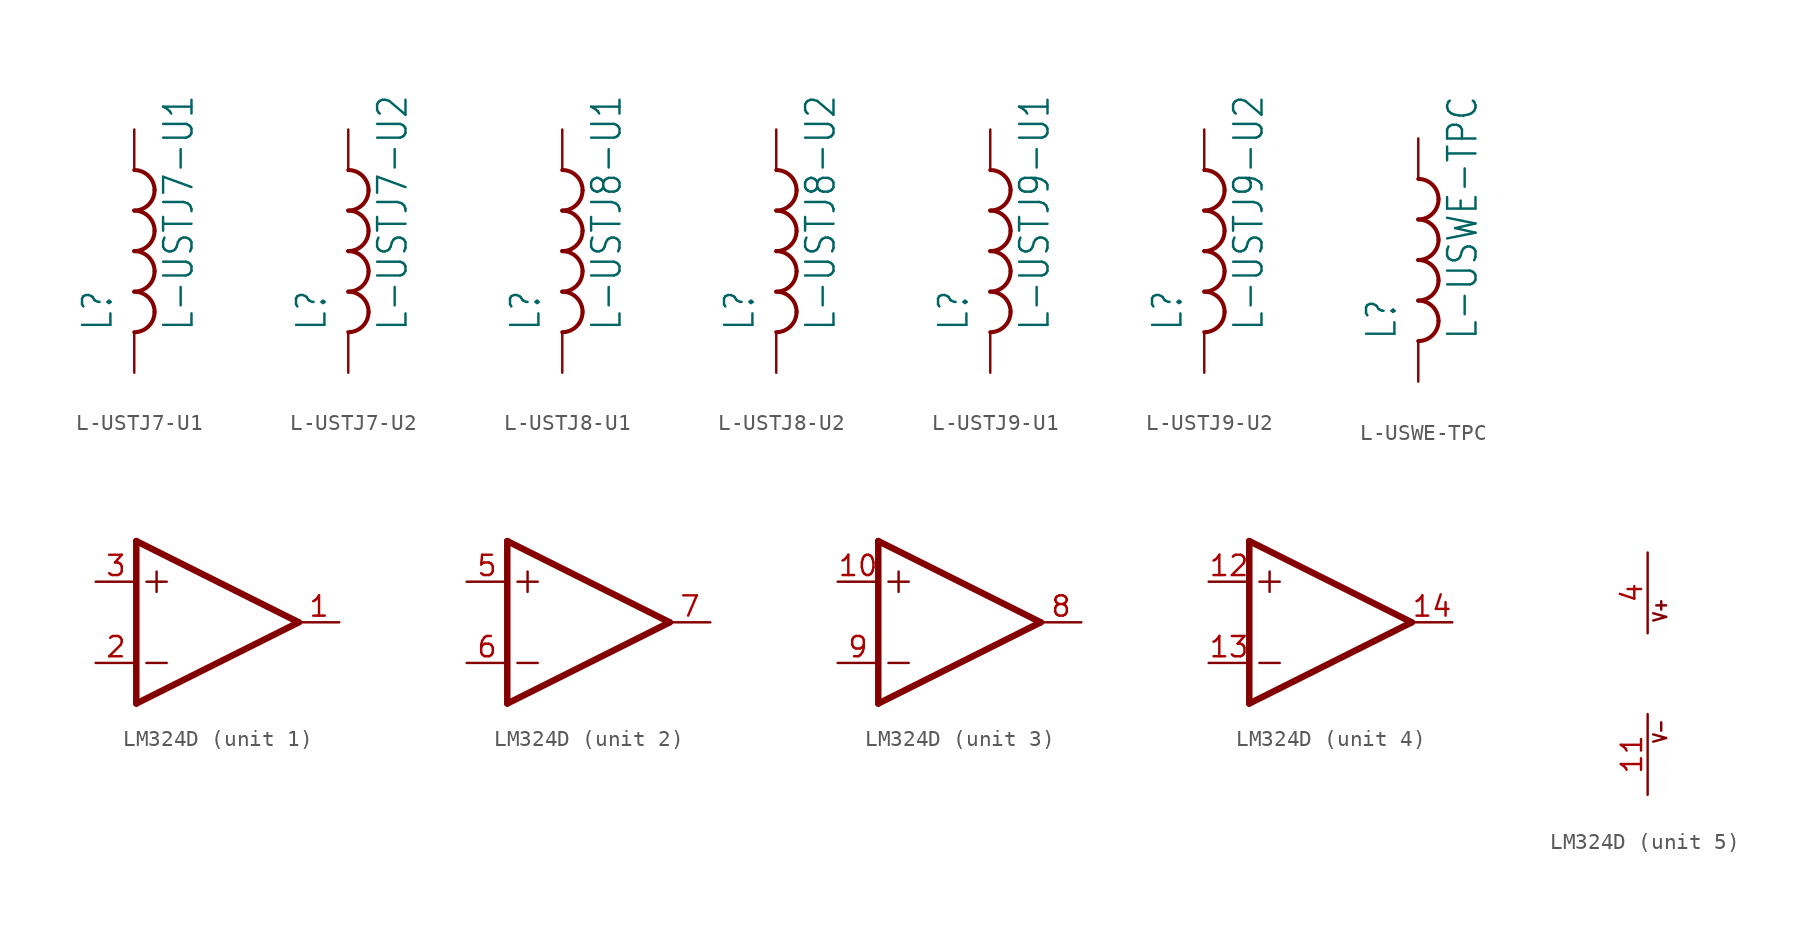
<source format=kicad_sym>
(kicad_symbol_lib
  (version 20220914)
  (generator kicad_symbol_editor)
  (symbol "L-USTJ7-U1"
    (property "Reference" "L"
      (at -1.27 -5.08 90)
      (effects (font (size 1.778 1.511)) (justify left bottom)))
    (property "Value" "L-USTJ7-U1"
      (at 3.81 -5.08 90)
      (effects (font (size 1.778 1.511)) (justify left bottom)))
    (property "ki_locked" ""
      (at 0 0 0)
      (effects (font (size 1.27 1.27))))
    (symbol "L-USTJ7-U1_1_0"
      (arc (start 0 -5.08) (mid 0.898 -4.708) (end 1.27 -3.81) (stroke (width 0.254) (type default)) (fill (type none)))
      (arc (start 0 -2.54) (mid 0.898 -2.168) (end 1.27 -1.27) (stroke (width 0.254) (type default)) (fill (type none)))
      (arc (start 0 0) (mid 0.898 0.372) (end 1.27 1.27) (stroke (width 0.254) (type default)) (fill (type none)))
      (arc (start 0 2.54) (mid 0.898 2.912) (end 1.27 3.81) (stroke (width 0.254) (type default)) (fill (type none)))
      (arc (start 1.27 -3.81) (mid 0.898 -2.912) (end 0 -2.54) (stroke (width 0.254) (type default)) (fill (type none)))
      (arc (start 1.27 -1.27) (mid 0.898 -0.372) (end 0 0) (stroke (width 0.254) (type default)) (fill (type none)))
      (arc (start 1.27 1.27) (mid 0.898 2.168) (end 0 2.54) (stroke (width 0.254) (type default)) (fill (type none)))
      (arc (start 1.27 3.81) (mid 0.898 4.708) (end 0 5.08) (stroke (width 0.254) (type default)) (fill (type none)))
      (pin passive line (at 0 7.62 270) (length 2.54) (name "1" (effects (font (size 0 0)))) (number "1" (effects (font (size 0 0)))))
      (pin passive line (at 0 -7.62 90) (length 2.54) (name "2" (effects (font (size 0 0)))) (number "2" (effects (font (size 0 0)))))))
  (symbol "L-USTJ7-U2"
    (property "Reference" "L"
      (at -1.27 -5.08 90)
      (effects (font (size 1.778 1.511)) (justify left bottom)))
    (property "Value" "L-USTJ7-U2"
      (at 3.81 -5.08 90)
      (effects (font (size 1.778 1.511)) (justify left bottom)))
    (property "ki_locked" ""
      (at 0 0 0)
      (effects (font (size 1.27 1.27))))
    (symbol "L-USTJ7-U2_1_0"
      (arc (start 0 -5.08) (mid 0.898 -4.708) (end 1.27 -3.81) (stroke (width 0.254) (type default)) (fill (type none)))
      (arc (start 0 -2.54) (mid 0.898 -2.168) (end 1.27 -1.27) (stroke (width 0.254) (type default)) (fill (type none)))
      (arc (start 0 0) (mid 0.898 0.372) (end 1.27 1.27) (stroke (width 0.254) (type default)) (fill (type none)))
      (arc (start 0 2.54) (mid 0.898 2.912) (end 1.27 3.81) (stroke (width 0.254) (type default)) (fill (type none)))
      (arc (start 1.27 -3.81) (mid 0.898 -2.912) (end 0 -2.54) (stroke (width 0.254) (type default)) (fill (type none)))
      (arc (start 1.27 -1.27) (mid 0.898 -0.372) (end 0 0) (stroke (width 0.254) (type default)) (fill (type none)))
      (arc (start 1.27 1.27) (mid 0.898 2.168) (end 0 2.54) (stroke (width 0.254) (type default)) (fill (type none)))
      (arc (start 1.27 3.81) (mid 0.898 4.708) (end 0 5.08) (stroke (width 0.254) (type default)) (fill (type none)))
      (pin passive line (at 0 7.62 270) (length 2.54) (name "1" (effects (font (size 0 0)))) (number "1" (effects (font (size 0 0)))))
      (pin passive line (at 0 -7.62 90) (length 2.54) (name "2" (effects (font (size 0 0)))) (number "2" (effects (font (size 0 0)))))))
  (symbol "L-USTJ8-U1"
    (property "Reference" "L"
      (at -1.27 -5.08 90)
      (effects (font (size 1.778 1.511)) (justify left bottom)))
    (property "Value" "L-USTJ8-U1"
      (at 3.81 -5.08 90)
      (effects (font (size 1.778 1.511)) (justify left bottom)))
    (property "ki_locked" ""
      (at 0 0 0)
      (effects (font (size 1.27 1.27))))
    (symbol "L-USTJ8-U1_1_0"
      (arc (start 0 -5.08) (mid 0.898 -4.708) (end 1.27 -3.81) (stroke (width 0.254) (type default)) (fill (type none)))
      (arc (start 0 -2.54) (mid 0.898 -2.168) (end 1.27 -1.27) (stroke (width 0.254) (type default)) (fill (type none)))
      (arc (start 0 0) (mid 0.898 0.372) (end 1.27 1.27) (stroke (width 0.254) (type default)) (fill (type none)))
      (arc (start 0 2.54) (mid 0.898 2.912) (end 1.27 3.81) (stroke (width 0.254) (type default)) (fill (type none)))
      (arc (start 1.27 -3.81) (mid 0.898 -2.912) (end 0 -2.54) (stroke (width 0.254) (type default)) (fill (type none)))
      (arc (start 1.27 -1.27) (mid 0.898 -0.372) (end 0 0) (stroke (width 0.254) (type default)) (fill (type none)))
      (arc (start 1.27 1.27) (mid 0.898 2.168) (end 0 2.54) (stroke (width 0.254) (type default)) (fill (type none)))
      (arc (start 1.27 3.81) (mid 0.898 4.708) (end 0 5.08) (stroke (width 0.254) (type default)) (fill (type none)))
      (pin passive line (at 0 7.62 270) (length 2.54) (name "1" (effects (font (size 0 0)))) (number "1" (effects (font (size 0 0)))))
      (pin passive line (at 0 -7.62 90) (length 2.54) (name "2" (effects (font (size 0 0)))) (number "2" (effects (font (size 0 0)))))))
  (symbol "L-USTJ8-U2"
    (property "Reference" "L"
      (at -1.27 -5.08 90)
      (effects (font (size 1.778 1.511)) (justify left bottom)))
    (property "Value" "L-USTJ8-U2"
      (at 3.81 -5.08 90)
      (effects (font (size 1.778 1.511)) (justify left bottom)))
    (property "ki_locked" ""
      (at 0 0 0)
      (effects (font (size 1.27 1.27))))
    (symbol "L-USTJ8-U2_1_0"
      (arc (start 0 -5.08) (mid 0.898 -4.708) (end 1.27 -3.81) (stroke (width 0.254) (type default)) (fill (type none)))
      (arc (start 0 -2.54) (mid 0.898 -2.168) (end 1.27 -1.27) (stroke (width 0.254) (type default)) (fill (type none)))
      (arc (start 0 0) (mid 0.898 0.372) (end 1.27 1.27) (stroke (width 0.254) (type default)) (fill (type none)))
      (arc (start 0 2.54) (mid 0.898 2.912) (end 1.27 3.81) (stroke (width 0.254) (type default)) (fill (type none)))
      (arc (start 1.27 -3.81) (mid 0.898 -2.912) (end 0 -2.54) (stroke (width 0.254) (type default)) (fill (type none)))
      (arc (start 1.27 -1.27) (mid 0.898 -0.372) (end 0 0) (stroke (width 0.254) (type default)) (fill (type none)))
      (arc (start 1.27 1.27) (mid 0.898 2.168) (end 0 2.54) (stroke (width 0.254) (type default)) (fill (type none)))
      (arc (start 1.27 3.81) (mid 0.898 4.708) (end 0 5.08) (stroke (width 0.254) (type default)) (fill (type none)))
      (pin passive line (at 0 7.62 270) (length 2.54) (name "1" (effects (font (size 0 0)))) (number "1" (effects (font (size 0 0)))))
      (pin passive line (at 0 -7.62 90) (length 2.54) (name "2" (effects (font (size 0 0)))) (number "2" (effects (font (size 0 0)))))))
  (symbol "L-USTJ9-U1"
    (property "Reference" "L"
      (at -1.27 -5.08 90)
      (effects (font (size 1.778 1.511)) (justify left bottom)))
    (property "Value" "L-USTJ9-U1"
      (at 3.81 -5.08 90)
      (effects (font (size 1.778 1.511)) (justify left bottom)))
    (property "ki_locked" ""
      (at 0 0 0)
      (effects (font (size 1.27 1.27))))
    (symbol "L-USTJ9-U1_1_0"
      (arc (start 0 -5.08) (mid 0.898 -4.708) (end 1.27 -3.81) (stroke (width 0.254) (type default)) (fill (type none)))
      (arc (start 0 -2.54) (mid 0.898 -2.168) (end 1.27 -1.27) (stroke (width 0.254) (type default)) (fill (type none)))
      (arc (start 0 0) (mid 0.898 0.372) (end 1.27 1.27) (stroke (width 0.254) (type default)) (fill (type none)))
      (arc (start 0 2.54) (mid 0.898 2.912) (end 1.27 3.81) (stroke (width 0.254) (type default)) (fill (type none)))
      (arc (start 1.27 -3.81) (mid 0.898 -2.912) (end 0 -2.54) (stroke (width 0.254) (type default)) (fill (type none)))
      (arc (start 1.27 -1.27) (mid 0.898 -0.372) (end 0 0) (stroke (width 0.254) (type default)) (fill (type none)))
      (arc (start 1.27 1.27) (mid 0.898 2.168) (end 0 2.54) (stroke (width 0.254) (type default)) (fill (type none)))
      (arc (start 1.27 3.81) (mid 0.898 4.708) (end 0 5.08) (stroke (width 0.254) (type default)) (fill (type none)))
      (pin passive line (at 0 7.62 270) (length 2.54) (name "1" (effects (font (size 0 0)))) (number "1" (effects (font (size 0 0)))))
      (pin passive line (at 0 -7.62 90) (length 2.54) (name "2" (effects (font (size 0 0)))) (number "2" (effects (font (size 0 0)))))))
  (symbol "L-USTJ9-U2"
    (property "Reference" "L"
      (at -1.27 -5.08 90)
      (effects (font (size 1.778 1.511)) (justify left bottom)))
    (property "Value" "L-USTJ9-U2"
      (at 3.81 -5.08 90)
      (effects (font (size 1.778 1.511)) (justify left bottom)))
    (property "ki_locked" ""
      (at 0 0 0)
      (effects (font (size 1.27 1.27))))
    (symbol "L-USTJ9-U2_1_0"
      (arc (start 0 -5.08) (mid 0.898 -4.708) (end 1.27 -3.81) (stroke (width 0.254) (type default)) (fill (type none)))
      (arc (start 0 -2.54) (mid 0.898 -2.168) (end 1.27 -1.27) (stroke (width 0.254) (type default)) (fill (type none)))
      (arc (start 0 0) (mid 0.898 0.372) (end 1.27 1.27) (stroke (width 0.254) (type default)) (fill (type none)))
      (arc (start 0 2.54) (mid 0.898 2.912) (end 1.27 3.81) (stroke (width 0.254) (type default)) (fill (type none)))
      (arc (start 1.27 -3.81) (mid 0.898 -2.912) (end 0 -2.54) (stroke (width 0.254) (type default)) (fill (type none)))
      (arc (start 1.27 -1.27) (mid 0.898 -0.372) (end 0 0) (stroke (width 0.254) (type default)) (fill (type none)))
      (arc (start 1.27 1.27) (mid 0.898 2.168) (end 0 2.54) (stroke (width 0.254) (type default)) (fill (type none)))
      (arc (start 1.27 3.81) (mid 0.898 4.708) (end 0 5.08) (stroke (width 0.254) (type default)) (fill (type none)))
      (pin passive line (at 0 7.62 270) (length 2.54) (name "1" (effects (font (size 0 0)))) (number "1" (effects (font (size 0 0)))))
      (pin passive line (at 0 -7.62 90) (length 2.54) (name "2" (effects (font (size 0 0)))) (number "2" (effects (font (size 0 0)))))))
  (symbol "L-USWE-TPC"
    (property "Reference" "L"
      (at -1.27 -5.08 90)
      (effects (font (size 1.778 1.511)) (justify left bottom)))
    (property "Value" "L-USWE-TPC"
      (at 3.81 -5.08 90)
      (effects (font (size 1.778 1.511)) (justify left bottom)))
    (property "ki_locked" ""
      (at 0 0 0)
      (effects (font (size 1.27 1.27))))
    (symbol "L-USWE-TPC_1_0"
      (arc (start 0 -5.08) (mid 0.898 -4.708) (end 1.27 -3.81) (stroke (width 0.254) (type default)) (fill (type none)))
      (arc (start 0 -2.54) (mid 0.898 -2.168) (end 1.27 -1.27) (stroke (width 0.254) (type default)) (fill (type none)))
      (arc (start 0 0) (mid 0.898 0.372) (end 1.27 1.27) (stroke (width 0.254) (type default)) (fill (type none)))
      (arc (start 0 2.54) (mid 0.898 2.912) (end 1.27 3.81) (stroke (width 0.254) (type default)) (fill (type none)))
      (arc (start 1.27 -3.81) (mid 0.898 -2.912) (end 0 -2.54) (stroke (width 0.254) (type default)) (fill (type none)))
      (arc (start 1.27 -1.27) (mid 0.898 -0.372) (end 0 0) (stroke (width 0.254) (type default)) (fill (type none)))
      (arc (start 1.27 1.27) (mid 0.898 2.168) (end 0 2.54) (stroke (width 0.254) (type default)) (fill (type none)))
      (arc (start 1.27 3.81) (mid 0.898 4.708) (end 0 5.08) (stroke (width 0.254) (type default)) (fill (type none)))
      (pin passive line (at 0 7.62 270) (length 2.54) (name "1" (effects (font (size 0 0)))) (number "1" (effects (font (size 0 0)))))
      (pin passive line (at 0 -7.62 90) (length 2.54) (name "2" (effects (font (size 0 0)))) (number "2" (effects (font (size 0 0)))))))
  (symbol "LM324D"
    (property "Reference" "IC"
      (at 2.54 3.175 0)
      (effects (font (size 1.778 1.511)) (justify left bottom) hide))
    (property "ki_locked" ""
      (at 0 0 0)
      (effects (font (size 1.27 1.27))))
    (symbol "LM324D_1_0"
      (polyline (pts (xy -5.08 -5.08) (xy 5.08 0)) (stroke (width 0.406) (type default)) (fill (type none)))
      (polyline (pts (xy -5.08 5.08) (xy -5.08 -5.08)) (stroke (width 0.406) (type default)) (fill (type none)))
      (polyline (pts (xy -4.445 -2.54) (xy -3.175 -2.54)) (stroke (width 0.152) (type default)) (fill (type none)))
      (polyline (pts (xy -4.445 2.54) (xy -3.175 2.54)) (stroke (width 0.152) (type default)) (fill (type none)))
      (polyline (pts (xy -3.81 3.175) (xy -3.81 1.905)) (stroke (width 0.152) (type default)) (fill (type none)))
      (polyline (pts (xy 5.08 0) (xy -5.08 5.08)) (stroke (width 0.406) (type default)) (fill (type none)))
      (pin output line (at 7.62 0 180) (length 2.54) (name "OUT" (effects (font (size 0 0)))) (number "1" (effects (font (size 1.27 1.27)))))
      (pin input line (at -7.62 -2.54 0) (length 2.54) (name "-IN" (effects (font (size 0 0)))) (number "2" (effects (font (size 1.27 1.27)))))
      (pin input line (at -7.62 2.54 0) (length 2.54) (name "+IN" (effects (font (size 0 0)))) (number "3" (effects (font (size 1.27 1.27))))))
    (symbol "LM324D_2_0"
      (polyline (pts (xy -5.08 -5.08) (xy 5.08 0)) (stroke (width 0.406) (type default)) (fill (type none)))
      (polyline (pts (xy -5.08 5.08) (xy -5.08 -5.08)) (stroke (width 0.406) (type default)) (fill (type none)))
      (polyline (pts (xy -4.445 -2.54) (xy -3.175 -2.54)) (stroke (width 0.152) (type default)) (fill (type none)))
      (polyline (pts (xy -4.445 2.54) (xy -3.175 2.54)) (stroke (width 0.152) (type default)) (fill (type none)))
      (polyline (pts (xy -3.81 3.175) (xy -3.81 1.905)) (stroke (width 0.152) (type default)) (fill (type none)))
      (polyline (pts (xy 5.08 0) (xy -5.08 5.08)) (stroke (width 0.406) (type default)) (fill (type none)))
      (pin input line (at -7.62 2.54 0) (length 2.54) (name "+IN" (effects (font (size 0 0)))) (number "5" (effects (font (size 1.27 1.27)))))
      (pin input line (at -7.62 -2.54 0) (length 2.54) (name "-IN" (effects (font (size 0 0)))) (number "6" (effects (font (size 1.27 1.27)))))
      (pin output line (at 7.62 0 180) (length 2.54) (name "OUT" (effects (font (size 0 0)))) (number "7" (effects (font (size 1.27 1.27))))))
    (symbol "LM324D_3_0"
      (polyline (pts (xy -5.08 -5.08) (xy 5.08 0)) (stroke (width 0.406) (type default)) (fill (type none)))
      (polyline (pts (xy -5.08 5.08) (xy -5.08 -5.08)) (stroke (width 0.406) (type default)) (fill (type none)))
      (polyline (pts (xy -4.445 -2.54) (xy -3.175 -2.54)) (stroke (width 0.152) (type default)) (fill (type none)))
      (polyline (pts (xy -4.445 2.54) (xy -3.175 2.54)) (stroke (width 0.152) (type default)) (fill (type none)))
      (polyline (pts (xy -3.81 3.175) (xy -3.81 1.905)) (stroke (width 0.152) (type default)) (fill (type none)))
      (polyline (pts (xy 5.08 0) (xy -5.08 5.08)) (stroke (width 0.406) (type default)) (fill (type none)))
      (pin input line (at -7.62 2.54 0) (length 2.54) (name "+IN" (effects (font (size 0 0)))) (number "10" (effects (font (size 1.27 1.27)))))
      (pin output line (at 7.62 0 180) (length 2.54) (name "OUT" (effects (font (size 0 0)))) (number "8" (effects (font (size 1.27 1.27)))))
      (pin input line (at -7.62 -2.54 0) (length 2.54) (name "-IN" (effects (font (size 0 0)))) (number "9" (effects (font (size 1.27 1.27))))))
    (symbol "LM324D_4_0"
      (polyline (pts (xy -5.08 -5.08) (xy 5.08 0)) (stroke (width 0.406) (type default)) (fill (type none)))
      (polyline (pts (xy -5.08 5.08) (xy -5.08 -5.08)) (stroke (width 0.406) (type default)) (fill (type none)))
      (polyline (pts (xy -4.445 -2.54) (xy -3.175 -2.54)) (stroke (width 0.152) (type default)) (fill (type none)))
      (polyline (pts (xy -4.445 2.54) (xy -3.175 2.54)) (stroke (width 0.152) (type default)) (fill (type none)))
      (polyline (pts (xy -3.81 3.175) (xy -3.81 1.905)) (stroke (width 0.152) (type default)) (fill (type none)))
      (polyline (pts (xy 5.08 0) (xy -5.08 5.08)) (stroke (width 0.406) (type default)) (fill (type none)))
      (pin input line (at -7.62 2.54 0) (length 2.54) (name "+IN" (effects (font (size 0 0)))) (number "12" (effects (font (size 1.27 1.27)))))
      (pin input line (at -7.62 -2.54 0) (length 2.54) (name "-IN" (effects (font (size 0 0)))) (number "13" (effects (font (size 1.27 1.27)))))
      (pin output line (at 7.62 0 180) (length 2.54) (name "OUT" (effects (font (size 0 0)))) (number "14" (effects (font (size 1.27 1.27))))))
    (symbol "LM324D_5_0"
      (text "V+" (at 1.27 3.175 900) (effects (font (size 0.813 0.691)) (justify left bottom)))
      (text "V-" (at 1.27 -4.445 900) (effects (font (size 0.813 0.691)) (justify left bottom)))
      (pin power_in line (at 0 -7.62 90) (length 5.08) (name "V-" (effects (font (size 0 0)))) (number "11" (effects (font (size 1.27 1.27)))))
      (pin power_in line (at 0 7.62 270) (length 5.08) (name "V+" (effects (font (size 0 0)))) (number "4" (effects (font (size 1.27 1.27))))))))
</source>
